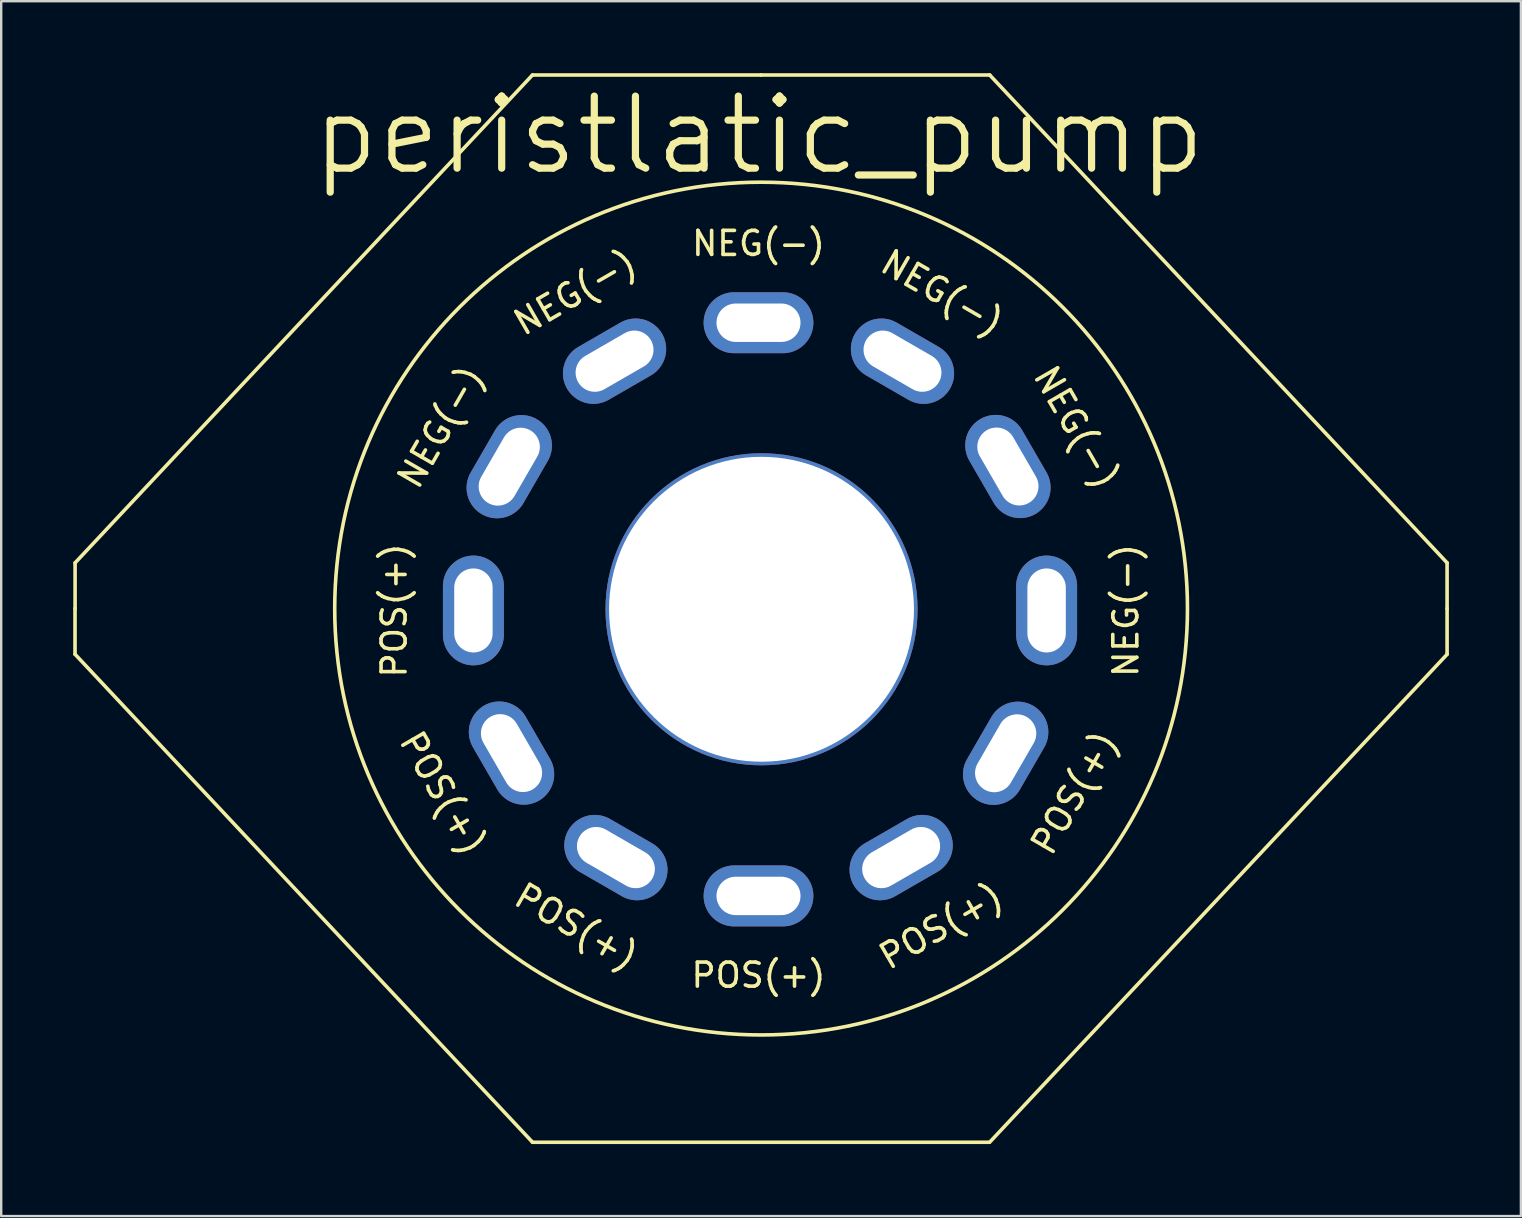
<source format=kicad_pcb>
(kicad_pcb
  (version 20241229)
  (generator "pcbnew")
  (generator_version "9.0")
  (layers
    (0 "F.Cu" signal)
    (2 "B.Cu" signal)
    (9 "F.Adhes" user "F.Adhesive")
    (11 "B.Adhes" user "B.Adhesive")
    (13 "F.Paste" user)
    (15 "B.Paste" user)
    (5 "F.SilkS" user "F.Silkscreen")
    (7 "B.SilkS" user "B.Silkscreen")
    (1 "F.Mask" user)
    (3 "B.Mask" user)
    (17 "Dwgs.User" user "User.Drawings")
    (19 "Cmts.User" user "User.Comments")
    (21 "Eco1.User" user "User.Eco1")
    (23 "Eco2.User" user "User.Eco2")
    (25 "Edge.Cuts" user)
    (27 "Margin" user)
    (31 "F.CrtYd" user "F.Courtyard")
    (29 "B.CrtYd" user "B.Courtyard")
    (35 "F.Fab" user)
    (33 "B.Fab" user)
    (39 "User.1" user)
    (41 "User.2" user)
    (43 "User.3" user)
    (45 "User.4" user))
  (footprint "peristlatic_pump"
    (layer "F.Cu")
    (at 28.653 22.3)
    (property "Reference" "peristlatic_pump" (at -0.091 -19.718 0) (layer "F.SilkS") (effects (font (size 3 3) (thickness 0.3))))
    (attr through_hole)
    (fp_line (start -28.578 -0.003) (end -28.578 1.902) (stroke (width 0.15) (type solid)) (layer "F.SilkS"))
    (fp_line (start -28.578 1.902) (end -9.528 22.222) (stroke (width 0.15) (type solid)) (layer "F.SilkS"))
    (fp_line (start -28.575 -1.905) (end -9.525 -22.225) (stroke (width 0.15) (type solid)) (layer "F.SilkS"))
    (fp_line (start -28.575 0) (end -28.575 -1.905) (stroke (width 0.15) (type solid)) (layer "F.SilkS"))
    (fp_line (start -9.525 -22.225) (end 0 -22.225) (stroke (width 0.15) (type solid)) (layer "F.SilkS"))
    (fp_line (start -9.525 22.23) (end 9.51 22.23) (stroke (width 0.15) (type solid)) (layer "F.SilkS"))
    (fp_line (start 0 -22.225) (end 9.525 -22.225) (stroke (width 0.15) (type solid)) (layer "F.SilkS"))
    (fp_line (start 28.575 -1.905) (end 9.525 -22.225) (stroke (width 0.15) (type solid)) (layer "F.SilkS"))
    (fp_line (start 28.575 0) (end 28.575 -1.905) (stroke (width 0.15) (type solid)) (layer "F.SilkS"))
    (fp_line (start 28.575 0) (end 28.575 1.905) (stroke (width 0.15) (type solid)) (layer "F.SilkS"))
    (fp_line (start 28.575 1.905) (end 9.525 22.225) (stroke (width 0.15) (type solid)) (layer "F.SilkS"))
    (fp_circle (center 0 0) (end 10.287 14.478) (stroke (width 0.15) (type solid)) (fill no) (layer "F.SilkS"))
    (fp_text user "NEG(-)" (at -13.35 -7.562 240) (layer "F.SilkS") (effects (font (size 1 1) (thickness 0.15))))
    (fp_text user "POS(+)" (at 7.485 13.232 210) (layer "F.SilkS") (effects (font (size 1 1) (thickness 0.15))))
    (fp_text user "NEG(-)" (at -0.108 -15.209 180) (layer "F.SilkS") (effects (font (size 1 1) (thickness 0.15))))
    (fp_text user "POS(+)" (at -13.256 7.671 120) (layer "F.SilkS") (effects (font (size 1 1) (thickness 0.15))))
    (fp_text user "POS(+)" (at 13.047 7.678 240) (layer "F.SilkS") (effects (font (size 1 1) (thickness 0.15))))
    (fp_text user "POS(+)" (at -0.108 15.271 180) (layer "F.SilkS") (effects (font (size 1 1) (thickness 0.15))))
    (fp_text user "NEG(-)" (at -7.755 -13.165 210) (layer "F.SilkS") (effects (font (size 1 1) (thickness 0.15))))
    (fp_text user "POS(+)" (at -15.285 0.078 90) (layer "F.SilkS") (effects (font (size 1 1) (thickness 0.15))))
    (fp_text user "NEG(-)" (at 7.541 -13.165 150) (layer "F.SilkS") (effects (font (size 1 1) (thickness 0.15))))
    (fp_text user "NEG(-)" (at 13.141 -7.569 120) (layer "F.SilkS") (effects (font (size 1 1) (thickness 0.15))))
    (fp_text user "NEG(-)" (at 15.195 0.078 90) (layer "F.SilkS") (effects (font (size 1 1) (thickness 0.15))))
    (fp_text user "POS(+)" (at -7.699 13.232 150) (layer "F.SilkS") (effects (font (size 1 1) (thickness 0.15))))
    (pad "" np_thru_hole circle (at 0.018 0.029 75) (size 13 13) (drill 12.7) (layers "*.Cu" "*.Mask"))
    (pad "1" thru_hole oval (at -11.983 0.078 180) (size 2.54 4.572) (drill oval 1.6 3.5) (layers "*.Cu" "*.Mask"))
    (pad "1" thru_hole oval (at -10.396 6.02 210) (size 2.54 4.572) (drill oval 1.6 3.5) (layers "*.Cu" "*.Mask"))
    (pad "1" thru_hole oval (at -6.048 10.372 240) (size 2.54 4.572) (drill oval 1.6 3.5) (layers "*.Cu" "*.Mask"))
    (pad "1" thru_hole oval (at -0.108 11.969 270) (size 2.54 4.572) (drill oval 1.6 3.5) (layers "*.Cu" "*.Mask"))
    (pad "1" thru_hole oval (at 5.834 10.372 300) (size 2.54 4.572) (drill oval 1.6 3.5) (layers "*.Cu" "*.Mask"))
    (pad "1" thru_hole oval (at 10.187 6.027 330) (size 2.54 4.572) (drill oval 1.6 3.5) (layers "*.Cu" "*.Mask"))
    (pad "2" thru_hole oval (at -10.49 -5.911 330) (size 2.54 4.572) (drill oval 1.6 3.5) (layers "*.Cu" "*.Mask"))
    (pad "2" thru_hole oval (at -6.104 -10.305 300) (size 2.54 4.572) (drill oval 1.6 3.5) (layers "*.Cu" "*.Mask"))
    (pad "2" thru_hole oval (at -0.108 -11.907 270) (size 2.54 4.572) (drill oval 1.6 3.5) (layers "*.Cu" "*.Mask"))
    (pad "2" thru_hole oval (at 5.89 -10.305 240) (size 2.54 4.572) (drill oval 1.6 3.5) (layers "*.Cu" "*.Mask"))
    (pad "2" thru_hole oval (at 10.281 -5.918 210) (size 2.54 4.572) (drill oval 1.6 3.5) (layers "*.Cu" "*.Mask"))
    (pad "2" thru_hole oval (at 11.893 0.078 180) (size 2.54 4.572) (drill oval 1.6 3.5) (layers "*.Cu" "*.Mask")))
  (gr_rect
    (start -3 -3)
    (end 60.303 47.605)
    (stroke (width 0.1) (type default))
    (fill no)
    (layer "Edge.Cuts")))
</source>
